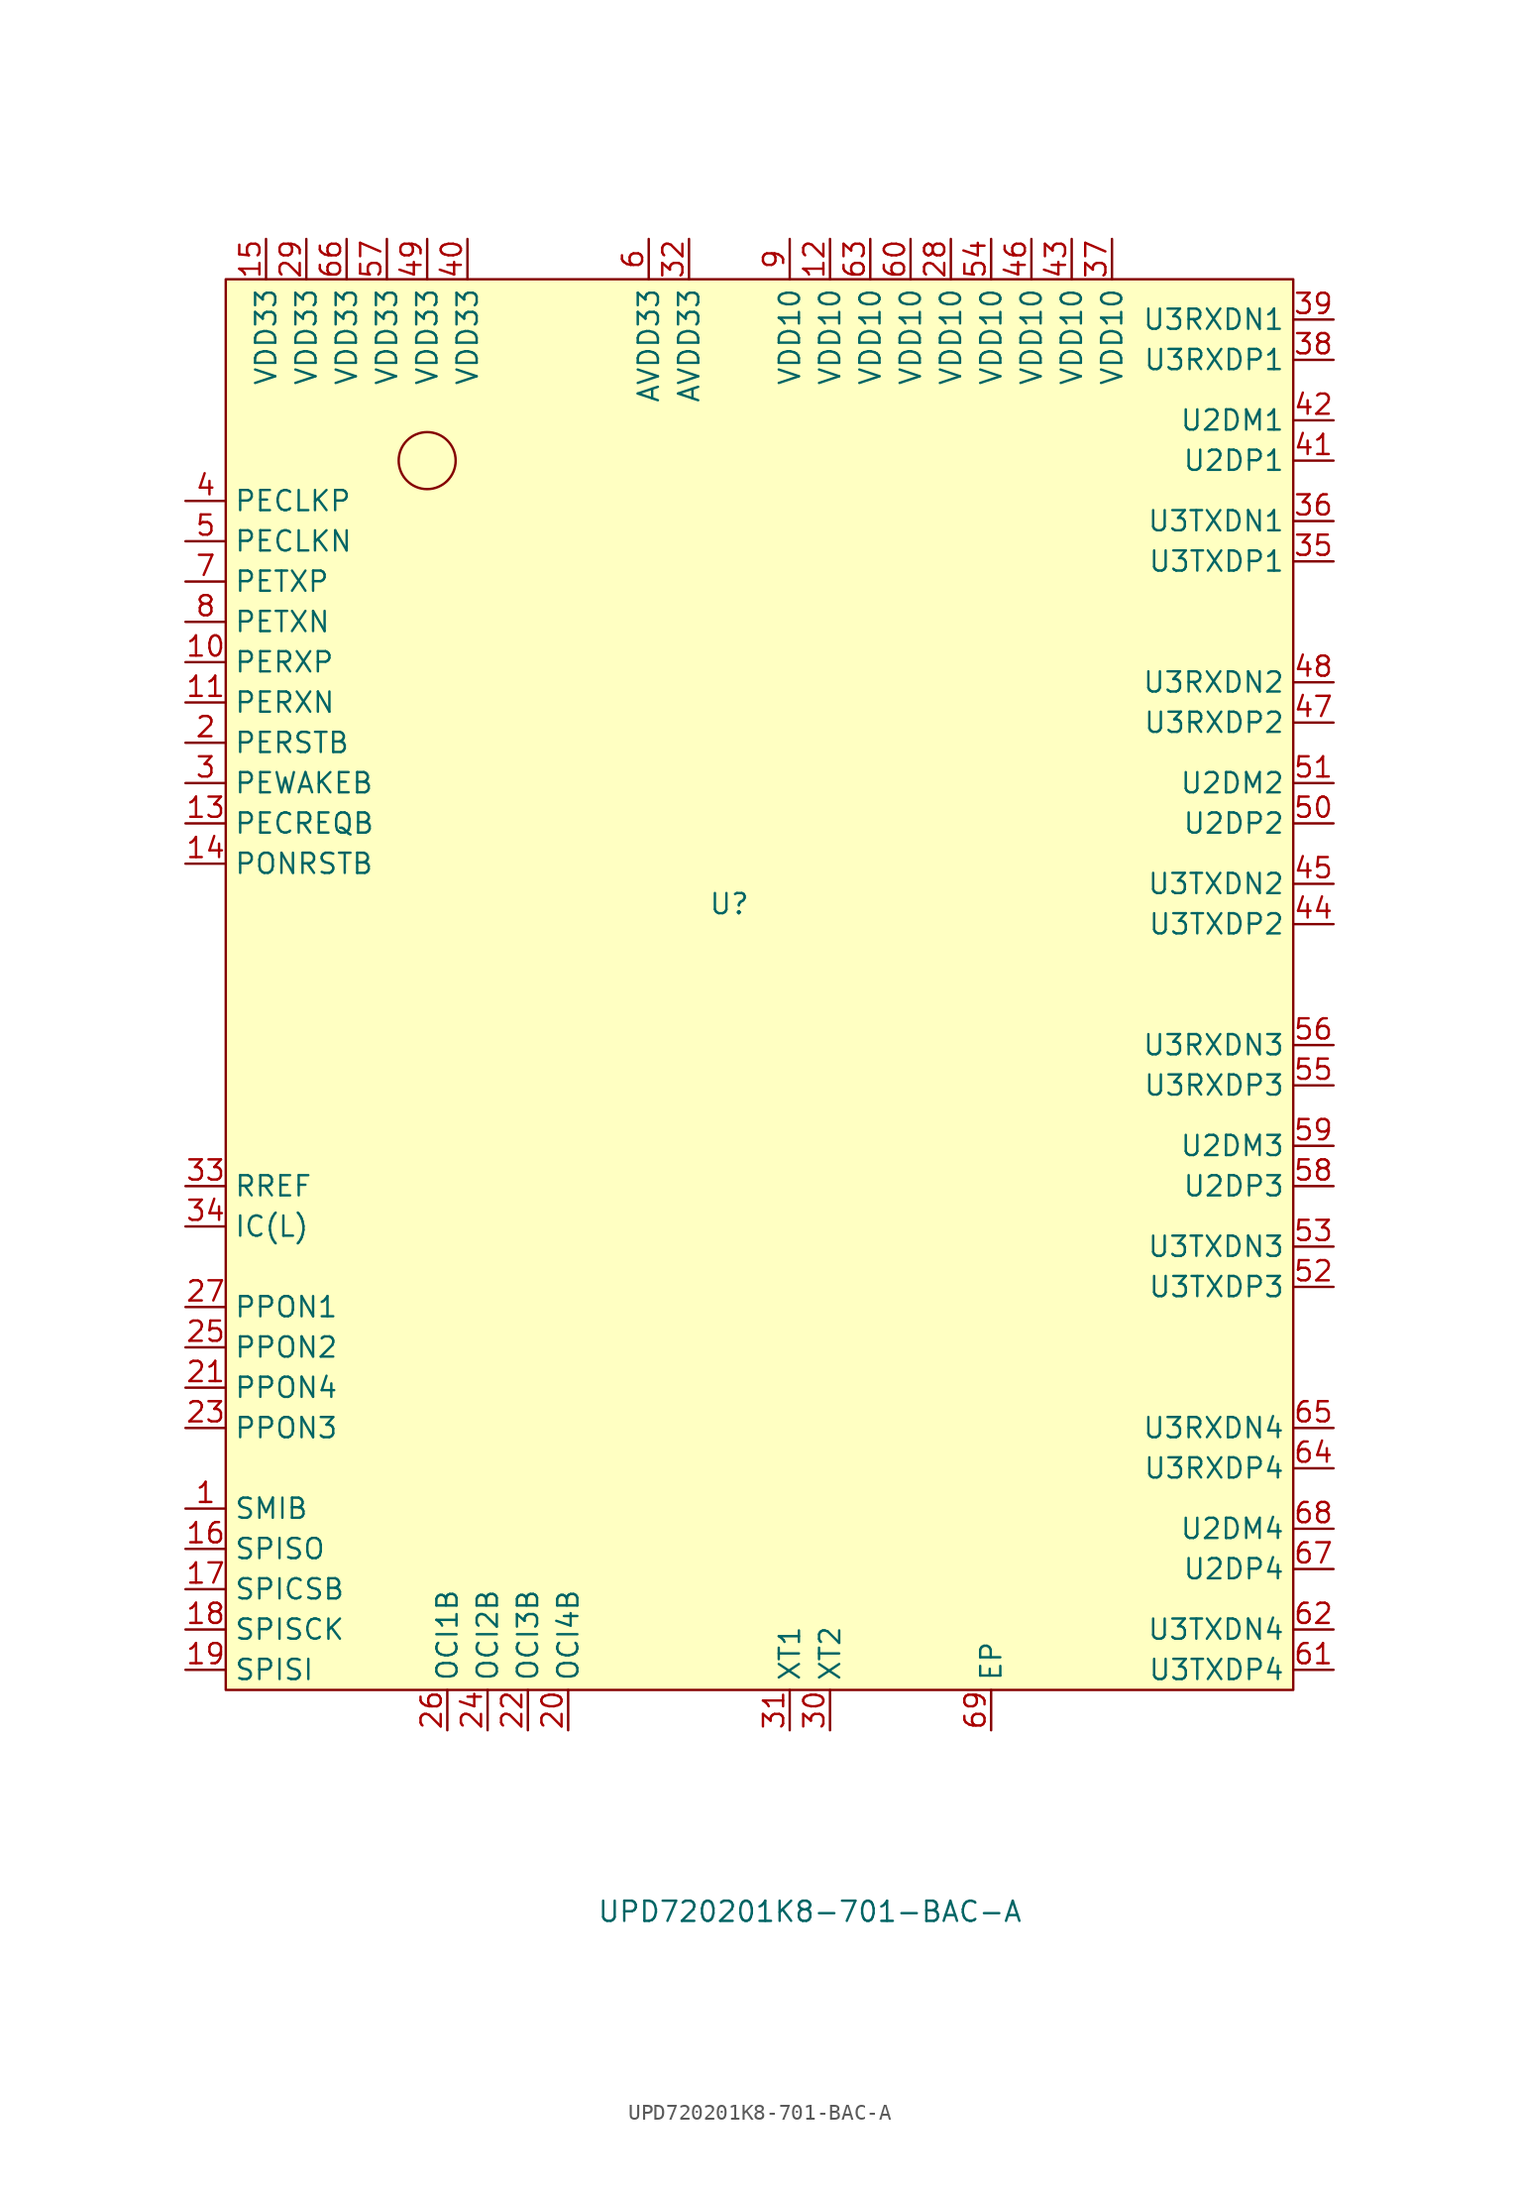
<source format=kicad_sym>
(kicad_symbol_lib
  (version 20220914)
  (generator kicad_symbol_editor)
  (symbol "UPD720201K8-701-BAC-A"
    (property "Reference" "U"
      (at 29.21 2.54 0)
      (effects (font (size 1.27 1.27))))
    (property "Value" "UPD720201K8-701-BAC-A"
      (at 34.29 -60.96 0)
      (effects (font (size 1.27 1.27))))
    (symbol "UPD720201K8-701-BAC-A_0_1"
      (rectangle (start -2.54 41.91) (end 64.77 -46.99) (stroke (width 0) (type default)) (fill (type background)))
      (circle (center 10.16 30.48) (radius 1.796) (stroke (width 0) (type default)) (fill (type none)))
      (pin unspecified line (at -5.08 -35.56 0) (length 2.54) (name "SMIB" (effects (font (size 1.27 1.27)))) (number "1" (effects (font (size 1.27 1.27)))))
      (pin unspecified line (at -5.08 17.78 0) (length 2.54) (name "PERXP" (effects (font (size 1.27 1.27)))) (number "10" (effects (font (size 1.27 1.27)))))
      (pin unspecified line (at -5.08 15.24 0) (length 2.54) (name "PERXN" (effects (font (size 1.27 1.27)))) (number "11" (effects (font (size 1.27 1.27)))))
      (pin unspecified line (at 35.56 44.45 270) (length 2.54) (name "VDD10" (effects (font (size 1.27 1.27)))) (number "12" (effects (font (size 1.27 1.27)))))
      (pin unspecified line (at -5.08 7.62 0) (length 2.54) (name "PECREQB" (effects (font (size 1.27 1.27)))) (number "13" (effects (font (size 1.27 1.27)))))
      (pin unspecified line (at -5.08 5.08 0) (length 2.54) (name "PONRSTB" (effects (font (size 1.27 1.27)))) (number "14" (effects (font (size 1.27 1.27)))))
      (pin unspecified line (at 0 44.45 270) (length 2.54) (name "VDD33" (effects (font (size 1.27 1.27)))) (number "15" (effects (font (size 1.27 1.27)))))
      (pin unspecified line (at -5.08 -38.1 0) (length 2.54) (name "SPISO" (effects (font (size 1.27 1.27)))) (number "16" (effects (font (size 1.27 1.27)))))
      (pin unspecified line (at -5.08 -40.64 0) (length 2.54) (name "SPICSB" (effects (font (size 1.27 1.27)))) (number "17" (effects (font (size 1.27 1.27)))))
      (pin unspecified line (at -5.08 -43.18 0) (length 2.54) (name "SPISCK" (effects (font (size 1.27 1.27)))) (number "18" (effects (font (size 1.27 1.27)))))
      (pin unspecified line (at -5.08 -45.72 0) (length 2.54) (name "SPISI" (effects (font (size 1.27 1.27)))) (number "19" (effects (font (size 1.27 1.27)))))
      (pin unspecified line (at -5.08 12.7 0) (length 2.54) (name "PERSTB" (effects (font (size 1.27 1.27)))) (number "2" (effects (font (size 1.27 1.27)))))
      (pin unspecified line (at 19.05 -49.53 90) (length 2.54) (name "OCI4B" (effects (font (size 1.27 1.27)))) (number "20" (effects (font (size 1.27 1.27)))))
      (pin unspecified line (at -5.08 -27.94 0) (length 2.54) (name "PPON4" (effects (font (size 1.27 1.27)))) (number "21" (effects (font (size 1.27 1.27)))))
      (pin unspecified line (at 16.51 -49.53 90) (length 2.54) (name "OCI3B" (effects (font (size 1.27 1.27)))) (number "22" (effects (font (size 1.27 1.27)))))
      (pin unspecified line (at -5.08 -30.48 0) (length 2.54) (name "PPON3" (effects (font (size 1.27 1.27)))) (number "23" (effects (font (size 1.27 1.27)))))
      (pin unspecified line (at 13.97 -49.53 90) (length 2.54) (name "OCI2B" (effects (font (size 1.27 1.27)))) (number "24" (effects (font (size 1.27 1.27)))))
      (pin unspecified line (at -5.08 -25.4 0) (length 2.54) (name "PPON2" (effects (font (size 1.27 1.27)))) (number "25" (effects (font (size 1.27 1.27)))))
      (pin unspecified line (at 11.43 -49.53 90) (length 2.54) (name "OCI1B" (effects (font (size 1.27 1.27)))) (number "26" (effects (font (size 1.27 1.27)))))
      (pin unspecified line (at -5.08 -22.86 0) (length 2.54) (name "PPON1" (effects (font (size 1.27 1.27)))) (number "27" (effects (font (size 1.27 1.27)))))
      (pin unspecified line (at 43.18 44.45 270) (length 2.54) (name "VDD10" (effects (font (size 1.27 1.27)))) (number "28" (effects (font (size 1.27 1.27)))))
      (pin unspecified line (at 2.54 44.45 270) (length 2.54) (name "VDD33" (effects (font (size 1.27 1.27)))) (number "29" (effects (font (size 1.27 1.27)))))
      (pin unspecified line (at -5.08 10.16 0) (length 2.54) (name "PEWAKEB" (effects (font (size 1.27 1.27)))) (number "3" (effects (font (size 1.27 1.27)))))
      (pin unspecified line (at 35.56 -49.53 90) (length 2.54) (name "XT2" (effects (font (size 1.27 1.27)))) (number "30" (effects (font (size 1.27 1.27)))))
      (pin unspecified line (at 33.02 -49.53 90) (length 2.54) (name "XT1" (effects (font (size 1.27 1.27)))) (number "31" (effects (font (size 1.27 1.27)))))
      (pin unspecified line (at 26.67 44.45 270) (length 2.54) (name "AVDD33" (effects (font (size 1.27 1.27)))) (number "32" (effects (font (size 1.27 1.27)))))
      (pin unspecified line (at -5.08 -15.24 0) (length 2.54) (name "RREF" (effects (font (size 1.27 1.27)))) (number "33" (effects (font (size 1.27 1.27)))))
      (pin unspecified line (at -5.08 -17.78 0) (length 2.54) (name "IC(L)" (effects (font (size 1.27 1.27)))) (number "34" (effects (font (size 1.27 1.27)))))
      (pin unspecified line (at 67.31 24.13 180) (length 2.54) (name "U3TXDP1" (effects (font (size 1.27 1.27)))) (number "35" (effects (font (size 1.27 1.27)))))
      (pin unspecified line (at 67.31 26.67 180) (length 2.54) (name "U3TXDN1" (effects (font (size 1.27 1.27)))) (number "36" (effects (font (size 1.27 1.27)))))
      (pin unspecified line (at 53.34 44.45 270) (length 2.54) (name "VDD10" (effects (font (size 1.27 1.27)))) (number "37" (effects (font (size 1.27 1.27)))))
      (pin unspecified line (at 67.31 36.83 180) (length 2.54) (name "U3RXDP1" (effects (font (size 1.27 1.27)))) (number "38" (effects (font (size 1.27 1.27)))))
      (pin unspecified line (at 67.31 39.37 180) (length 2.54) (name "U3RXDN1" (effects (font (size 1.27 1.27)))) (number "39" (effects (font (size 1.27 1.27)))))
      (pin unspecified line (at -5.08 27.94 0) (length 2.54) (name "PECLKP" (effects (font (size 1.27 1.27)))) (number "4" (effects (font (size 1.27 1.27)))))
      (pin unspecified line (at 12.7 44.45 270) (length 2.54) (name "VDD33" (effects (font (size 1.27 1.27)))) (number "40" (effects (font (size 1.27 1.27)))))
      (pin unspecified line (at 67.31 30.48 180) (length 2.54) (name "U2DP1" (effects (font (size 1.27 1.27)))) (number "41" (effects (font (size 1.27 1.27)))))
      (pin unspecified line (at 67.31 33.02 180) (length 2.54) (name "U2DM1" (effects (font (size 1.27 1.27)))) (number "42" (effects (font (size 1.27 1.27)))))
      (pin unspecified line (at 50.8 44.45 270) (length 2.54) (name "VDD10" (effects (font (size 1.27 1.27)))) (number "43" (effects (font (size 1.27 1.27)))))
      (pin unspecified line (at 67.31 1.27 180) (length 2.54) (name "U3TXDP2" (effects (font (size 1.27 1.27)))) (number "44" (effects (font (size 1.27 1.27)))))
      (pin unspecified line (at 67.31 3.81 180) (length 2.54) (name "U3TXDN2" (effects (font (size 1.27 1.27)))) (number "45" (effects (font (size 1.27 1.27)))))
      (pin unspecified line (at 48.26 44.45 270) (length 2.54) (name "VDD10" (effects (font (size 1.27 1.27)))) (number "46" (effects (font (size 1.27 1.27)))))
      (pin unspecified line (at 67.31 13.97 180) (length 2.54) (name "U3RXDP2" (effects (font (size 1.27 1.27)))) (number "47" (effects (font (size 1.27 1.27)))))
      (pin unspecified line (at 67.31 16.51 180) (length 2.54) (name "U3RXDN2" (effects (font (size 1.27 1.27)))) (number "48" (effects (font (size 1.27 1.27)))))
      (pin unspecified line (at 10.16 44.45 270) (length 2.54) (name "VDD33" (effects (font (size 1.27 1.27)))) (number "49" (effects (font (size 1.27 1.27)))))
      (pin unspecified line (at -5.08 25.4 0) (length 2.54) (name "PECLKN" (effects (font (size 1.27 1.27)))) (number "5" (effects (font (size 1.27 1.27)))))
      (pin unspecified line (at 67.31 7.62 180) (length 2.54) (name "U2DP2" (effects (font (size 1.27 1.27)))) (number "50" (effects (font (size 1.27 1.27)))))
      (pin unspecified line (at 67.31 10.16 180) (length 2.54) (name "U2DM2" (effects (font (size 1.27 1.27)))) (number "51" (effects (font (size 1.27 1.27)))))
      (pin unspecified line (at 67.31 -21.59 180) (length 2.54) (name "U3TXDP3" (effects (font (size 1.27 1.27)))) (number "52" (effects (font (size 1.27 1.27)))))
      (pin unspecified line (at 67.31 -19.05 180) (length 2.54) (name "U3TXDN3" (effects (font (size 1.27 1.27)))) (number "53" (effects (font (size 1.27 1.27)))))
      (pin unspecified line (at 45.72 44.45 270) (length 2.54) (name "VDD10" (effects (font (size 1.27 1.27)))) (number "54" (effects (font (size 1.27 1.27)))))
      (pin unspecified line (at 67.31 -8.89 180) (length 2.54) (name "U3RXDP3" (effects (font (size 1.27 1.27)))) (number "55" (effects (font (size 1.27 1.27)))))
      (pin unspecified line (at 67.31 -6.35 180) (length 2.54) (name "U3RXDN3" (effects (font (size 1.27 1.27)))) (number "56" (effects (font (size 1.27 1.27)))))
      (pin unspecified line (at 7.62 44.45 270) (length 2.54) (name "VDD33" (effects (font (size 1.27 1.27)))) (number "57" (effects (font (size 1.27 1.27)))))
      (pin unspecified line (at 67.31 -15.24 180) (length 2.54) (name "U2DP3" (effects (font (size 1.27 1.27)))) (number "58" (effects (font (size 1.27 1.27)))))
      (pin unspecified line (at 67.31 -12.7 180) (length 2.54) (name "U2DM3" (effects (font (size 1.27 1.27)))) (number "59" (effects (font (size 1.27 1.27)))))
      (pin unspecified line (at 24.13 44.45 270) (length 2.54) (name "AVDD33" (effects (font (size 1.27 1.27)))) (number "6" (effects (font (size 1.27 1.27)))))
      (pin unspecified line (at 40.64 44.45 270) (length 2.54) (name "VDD10" (effects (font (size 1.27 1.27)))) (number "60" (effects (font (size 1.27 1.27)))))
      (pin unspecified line (at 67.31 -45.72 180) (length 2.54) (name "U3TXDP4" (effects (font (size 1.27 1.27)))) (number "61" (effects (font (size 1.27 1.27)))))
      (pin unspecified line (at 67.31 -43.18 180) (length 2.54) (name "U3TXDN4" (effects (font (size 1.27 1.27)))) (number "62" (effects (font (size 1.27 1.27)))))
      (pin unspecified line (at 38.1 44.45 270) (length 2.54) (name "VDD10" (effects (font (size 1.27 1.27)))) (number "63" (effects (font (size 1.27 1.27)))))
      (pin unspecified line (at 67.31 -33.02 180) (length 2.54) (name "U3RXDP4" (effects (font (size 1.27 1.27)))) (number "64" (effects (font (size 1.27 1.27)))))
      (pin unspecified line (at 67.31 -30.48 180) (length 2.54) (name "U3RXDN4" (effects (font (size 1.27 1.27)))) (number "65" (effects (font (size 1.27 1.27)))))
      (pin unspecified line (at 5.08 44.45 270) (length 2.54) (name "VDD33" (effects (font (size 1.27 1.27)))) (number "66" (effects (font (size 1.27 1.27)))))
      (pin unspecified line (at 67.31 -39.37 180) (length 2.54) (name "U2DP4" (effects (font (size 1.27 1.27)))) (number "67" (effects (font (size 1.27 1.27)))))
      (pin unspecified line (at 67.31 -36.83 180) (length 2.54) (name "U2DM4" (effects (font (size 1.27 1.27)))) (number "68" (effects (font (size 1.27 1.27)))))
      (pin unspecified line (at 45.72 -49.53 90) (length 2.54) (name "EP" (effects (font (size 1.27 1.27)))) (number "69" (effects (font (size 1.27 1.27)))))
      (pin unspecified line (at -5.08 22.86 0) (length 2.54) (name "PETXP" (effects (font (size 1.27 1.27)))) (number "7" (effects (font (size 1.27 1.27)))))
      (pin unspecified line (at -5.08 20.32 0) (length 2.54) (name "PETXN" (effects (font (size 1.27 1.27)))) (number "8" (effects (font (size 1.27 1.27)))))
      (pin unspecified line (at 33.02 44.45 270) (length 2.54) (name "VDD10" (effects (font (size 1.27 1.27)))) (number "9" (effects (font (size 1.27 1.27))))))))
</source>
